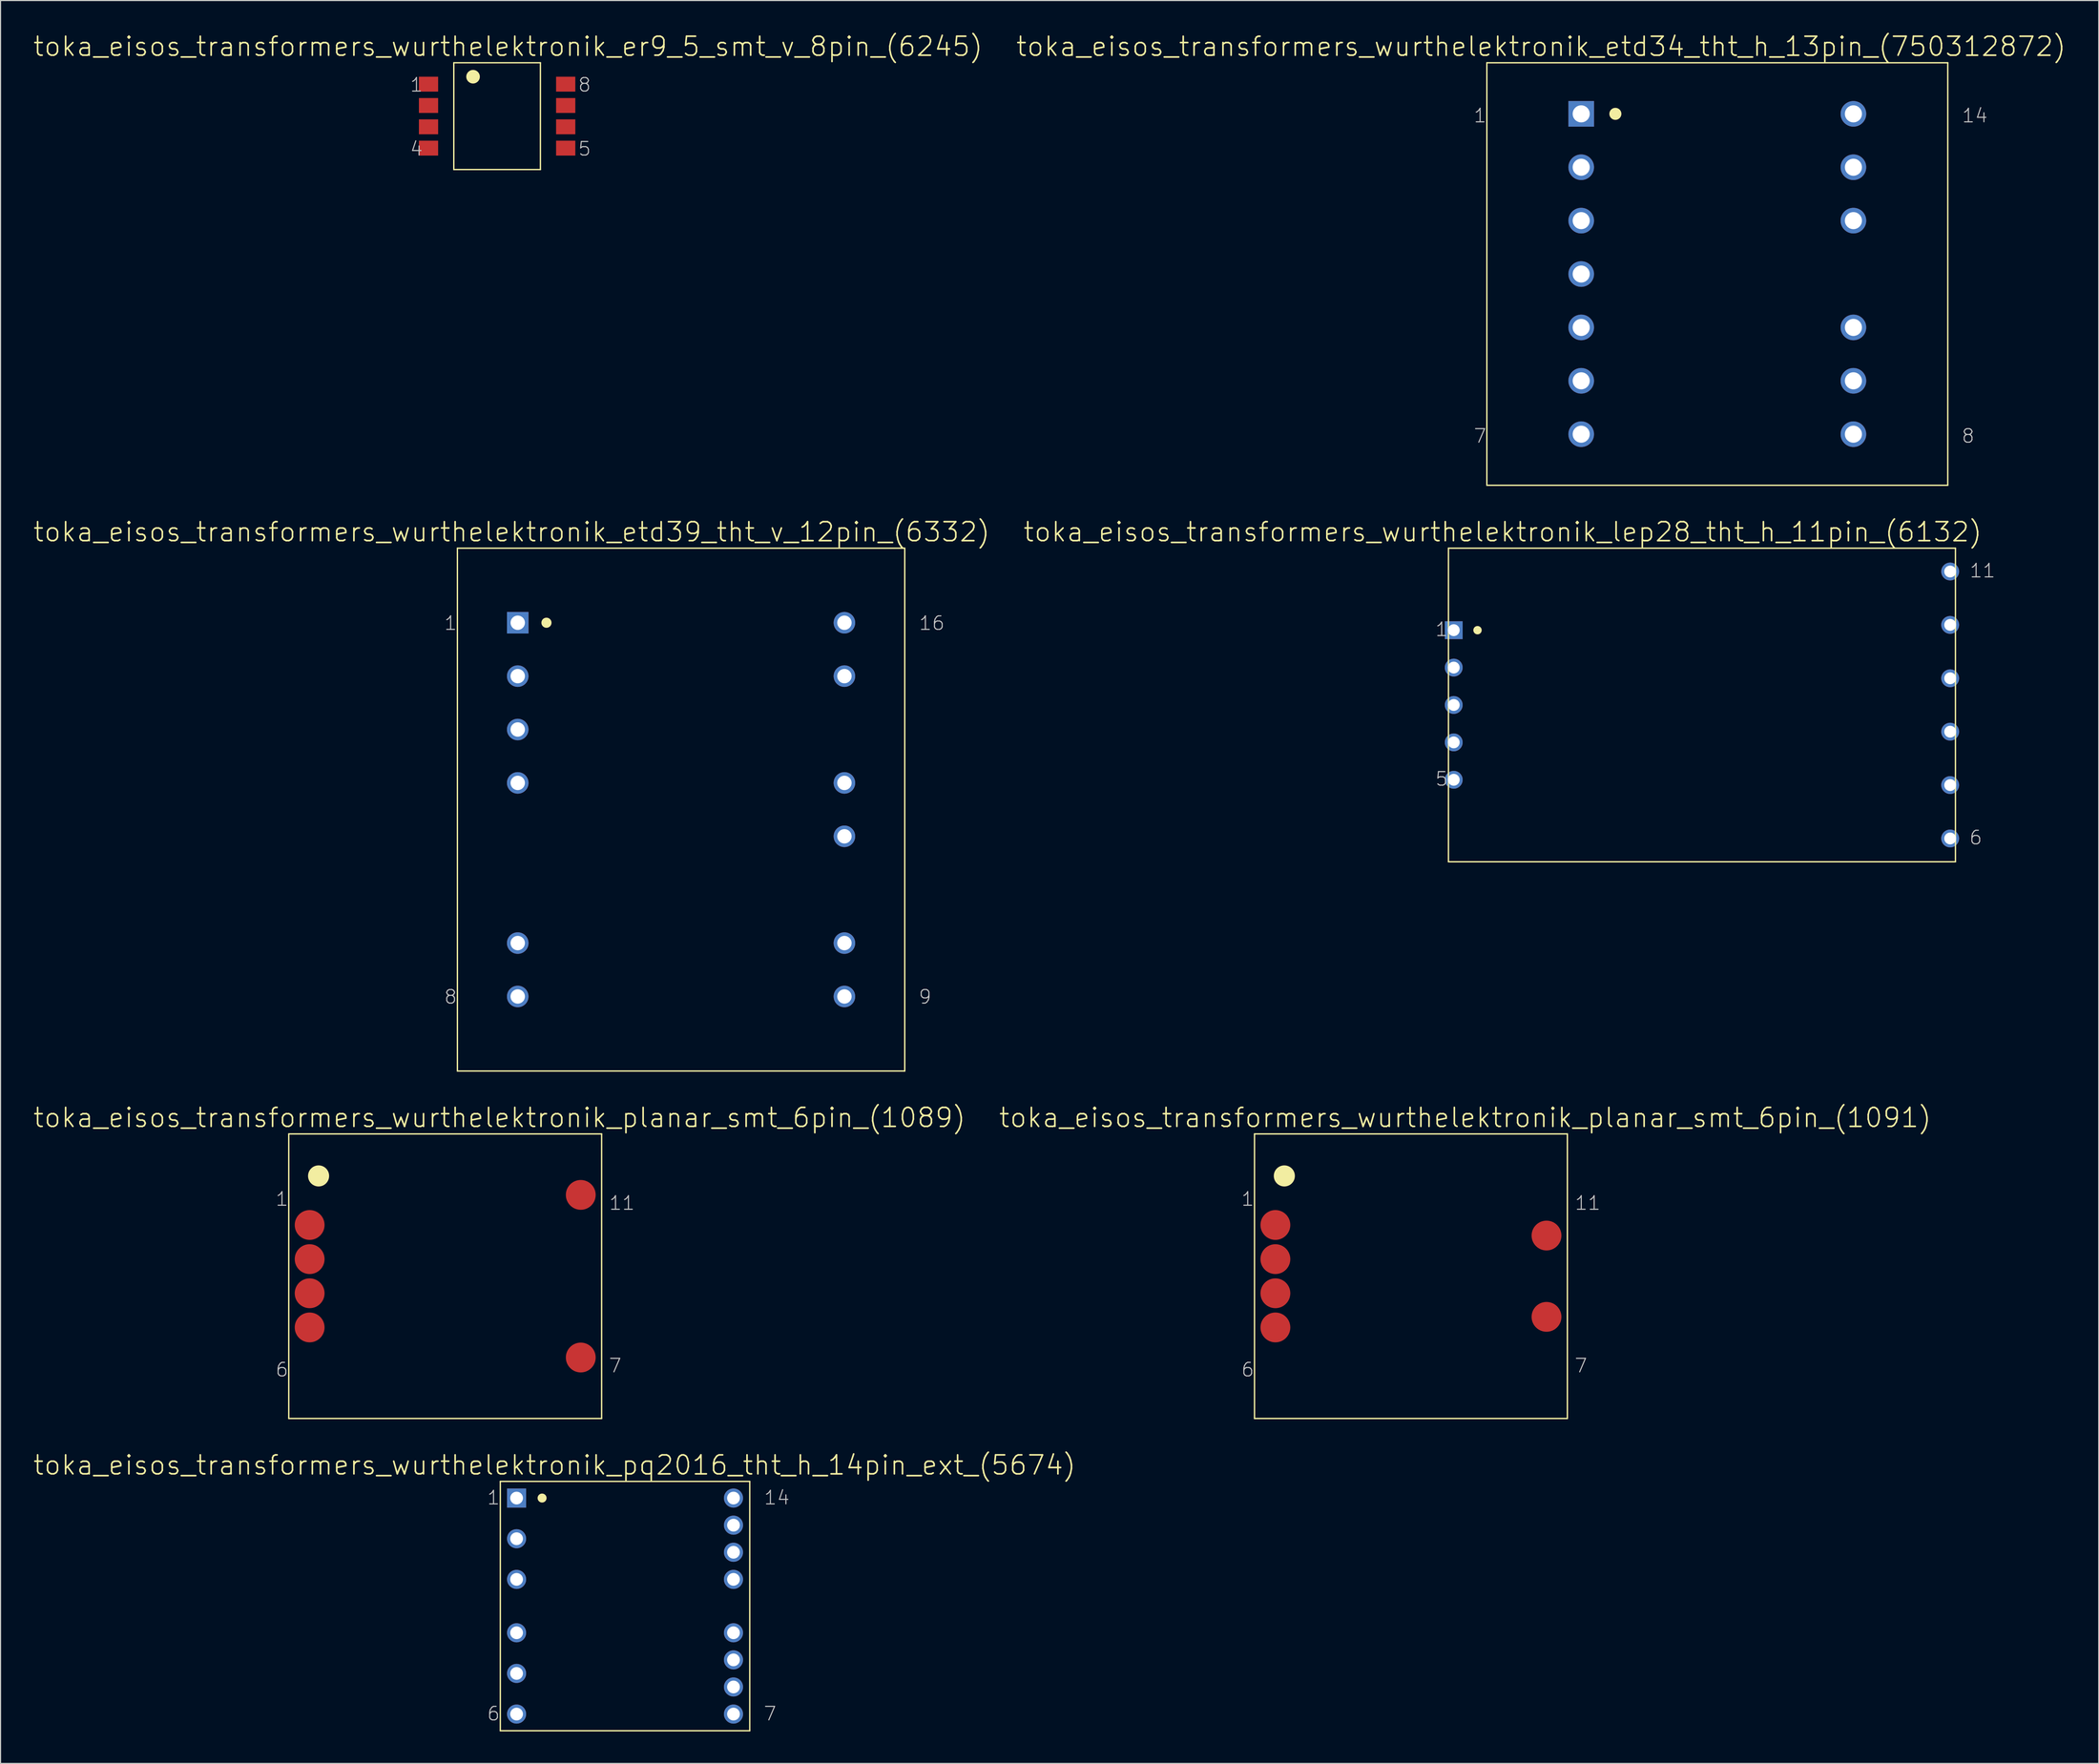
<source format=kicad_pcb>
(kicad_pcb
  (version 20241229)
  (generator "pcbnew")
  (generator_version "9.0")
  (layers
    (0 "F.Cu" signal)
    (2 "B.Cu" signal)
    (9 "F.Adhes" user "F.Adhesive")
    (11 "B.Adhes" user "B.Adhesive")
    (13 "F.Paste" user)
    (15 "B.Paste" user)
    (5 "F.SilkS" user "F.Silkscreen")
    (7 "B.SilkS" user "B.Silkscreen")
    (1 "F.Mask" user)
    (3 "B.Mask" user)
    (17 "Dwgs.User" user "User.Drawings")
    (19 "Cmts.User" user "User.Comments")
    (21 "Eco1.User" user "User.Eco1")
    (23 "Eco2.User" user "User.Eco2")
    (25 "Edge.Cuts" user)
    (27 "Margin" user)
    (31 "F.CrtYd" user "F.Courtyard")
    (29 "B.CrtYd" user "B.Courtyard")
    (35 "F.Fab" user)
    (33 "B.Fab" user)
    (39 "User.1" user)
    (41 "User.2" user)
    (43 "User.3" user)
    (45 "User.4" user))
  (footprint "toka_eisos_transformers_wurthelektronik_planar_smt_6pin_(1089)"
    (layer "F.Cu")
    (at 38.659 116.552)
    (property "Reference" "toka_eisos_transformers_wurthelektronik_planar_smt_6pin_(1089)" (at 5.08 -14.859 0) (layer "F.SilkS") (effects (font (size 1.778 1.778) (thickness 0.152))))
    (attr smd)
    (fp_line (start -14.656 -13.335) (end -14.656 13.335) (stroke (width 0.127) (type solid)) (layer "F.SilkS"))
    (fp_line (start -14.656 -13.335) (end 14.656 -13.335) (stroke (width 0.127) (type solid)) (layer "F.SilkS"))
    (fp_line (start -14.656 13.335) (end 14.656 13.335) (stroke (width 0.127) (type solid)) (layer "F.SilkS"))
    (fp_line (start 14.656 -13.335) (end 14.656 13.335) (stroke (width 0.127) (type solid)) (layer "F.SilkS"))
    (fp_circle (center -11.862 -9.398) (end -12.56 -10.097) (stroke (width 0) (type solid)) (fill yes) (layer "F.SilkS"))
    (fp_text user "6" (at -15.291 8.76 0) (layer "Dwgs.User") (effects (font (size 1.27 1.27) (thickness 0.102))))
    (fp_text user "7" (at 15.926 8.382 0) (layer "Dwgs.User") (effects (font (size 1.27 1.27) (thickness 0.102))))
    (fp_text user "11" (at 16.561 -6.858 0) (layer "Dwgs.User") (effects (font (size 1.27 1.27) (thickness 0.102))))
    (fp_text user "1" (at -15.291 -7.236 0) (layer "Dwgs.User") (effects (font (size 1.27 1.27) (thickness 0.102))))
    (pad "2" smd circle (at -12.7 -4.801) (size 2.794 2.794) (layers "F.Cu" "F.Mask" "F.Paste"))
    (pad "3" smd circle (at -12.7 -1.6) (size 2.794 2.794) (layers "F.Cu" "F.Mask" "F.Paste"))
    (pad "4" smd circle (at -12.7 1.6) (size 2.794 2.794) (layers "F.Cu" "F.Mask" "F.Paste"))
    (pad "5" smd circle (at -12.7 4.801) (size 2.794 2.794) (layers "F.Cu" "F.Mask" "F.Paste"))
    (pad "7" smd circle (at 12.7 7.62) (size 2.794 2.794) (layers "F.Cu" "F.Mask" "F.Paste"))
    (pad "11" smd circle (at 12.7 -7.62) (size 2.794 2.794) (layers "F.Cu" "F.Mask" "F.Paste")))
  (footprint "toka_eisos_transformers_wurthelektronik_pq2016_tht_h_14pin_ext_(5674)"
    (layer "F.Cu")
    (at 55.507 147.466)
    (property "Reference" "toka_eisos_transformers_wurthelektronik_pq2016_tht_h_14pin_ext_(5674)" (at -6.604 -13.208 0) (layer "F.SilkS") (effects (font (size 1.778 1.778) (thickness 0.152))))
    (attr exclude_from_pos_files exclude_from_bom)
    (fp_line (start -11.684 -11.684) (end -11.684 11.684) (stroke (width 0.127) (type solid)) (layer "F.SilkS"))
    (fp_line (start -11.684 -11.684) (end 11.684 -11.684) (stroke (width 0.127) (type solid)) (layer "F.SilkS"))
    (fp_line (start -11.684 11.684) (end 11.684 11.684) (stroke (width 0.127) (type solid)) (layer "F.SilkS"))
    (fp_line (start 11.684 -11.684) (end 11.684 11.684) (stroke (width 0.127) (type solid)) (layer "F.SilkS"))
    (fp_circle (center -7.772 -10.122) (end -8.07 -10.419) (stroke (width 0) (type solid)) (fill yes) (layer "F.SilkS"))
    (fp_text user "14" (at 14.224 -10.16 0) (layer "Dwgs.User") (effects (font (size 1.27 1.27) (thickness 0.102))))
    (fp_text user "7" (at 13.589 10.084 0) (layer "Dwgs.User") (effects (font (size 1.27 1.27) (thickness 0.102))))
    (fp_text user "6" (at -12.319 10.084 0) (layer "Dwgs.User") (effects (font (size 1.27 1.27) (thickness 0.102))))
    (fp_text user "1" (at -12.319 -10.16 0) (layer "Dwgs.User") (effects (font (size 1.27 1.27) (thickness 0.102))))
    (pad "1" thru_hole rect (at -10.16 -10.122) (size 1.788 1.788) (drill 1.194) (layers "*.Cu" "*.Paste" "*.Mask"))
    (pad "2" thru_hole circle (at -10.16 -6.312) (size 1.788 1.788) (drill 1.194) (layers "*.Cu" "*.Paste" "*.Mask"))
    (pad "3" thru_hole circle (at -10.16 -2.502) (size 1.788 1.788) (drill 1.194) (layers "*.Cu" "*.Paste" "*.Mask"))
    (pad "4" thru_hole circle (at -10.16 2.502) (size 1.788 1.788) (drill 1.194) (layers "*.Cu" "*.Paste" "*.Mask"))
    (pad "5" thru_hole circle (at -10.16 6.312) (size 1.788 1.788) (drill 1.194) (layers "*.Cu" "*.Paste" "*.Mask"))
    (pad "6" thru_hole circle (at -10.16 10.122) (size 1.788 1.788) (drill 1.194) (layers "*.Cu" "*.Paste" "*.Mask"))
    (pad "7" thru_hole circle (at 10.16 10.122) (size 1.788 1.788) (drill 1.194) (layers "*.Cu" "*.Paste" "*.Mask"))
    (pad "8" thru_hole circle (at 10.16 7.582) (size 1.788 1.788) (drill 1.194) (layers "*.Cu" "*.Paste" "*.Mask"))
    (pad "9" thru_hole circle (at 10.16 5.042) (size 1.788 1.788) (drill 1.194) (layers "*.Cu" "*.Paste" "*.Mask"))
    (pad "10" thru_hole circle (at 10.16 2.502) (size 1.788 1.788) (drill 1.194) (layers "*.Cu" "*.Paste" "*.Mask"))
    (pad "11" thru_hole circle (at 10.16 -2.502) (size 1.788 1.788) (drill 1.194) (layers "*.Cu" "*.Paste" "*.Mask"))
    (pad "12" thru_hole circle (at 10.16 -5.042) (size 1.788 1.788) (drill 1.194) (layers "*.Cu" "*.Paste" "*.Mask"))
    (pad "13" thru_hole circle (at 10.16 -7.582) (size 1.788 1.788) (drill 1.194) (layers "*.Cu" "*.Paste" "*.Mask"))
    (pad "14" thru_hole circle (at 10.16 -10.122) (size 1.788 1.788) (drill 1.194) (layers "*.Cu" "*.Paste" "*.Mask")))
  (footprint "toka_eisos_transformers_wurthelektronik_planar_smt_6pin_(1091)"
    (layer "F.Cu")
    (at 129.136 116.552)
    (property "Reference" "toka_eisos_transformers_wurthelektronik_planar_smt_6pin_(1091)" (at 5.08 -14.859 0) (layer "F.SilkS") (effects (font (size 1.778 1.778) (thickness 0.152))))
    (attr smd)
    (fp_line (start -14.656 -13.335) (end -14.656 13.335) (stroke (width 0.127) (type solid)) (layer "F.SilkS"))
    (fp_line (start -14.656 -13.335) (end 14.656 -13.335) (stroke (width 0.127) (type solid)) (layer "F.SilkS"))
    (fp_line (start -14.656 13.335) (end 14.656 13.335) (stroke (width 0.127) (type solid)) (layer "F.SilkS"))
    (fp_line (start 14.656 -13.335) (end 14.656 13.335) (stroke (width 0.127) (type solid)) (layer "F.SilkS"))
    (fp_circle (center -11.862 -9.398) (end -12.56 -10.097) (stroke (width 0) (type solid)) (fill yes) (layer "F.SilkS"))
    (fp_text user "7" (at 15.926 8.382 0) (layer "Dwgs.User") (effects (font (size 1.27 1.27) (thickness 0.102))))
    (fp_text user "11" (at 16.561 -6.858 0) (layer "Dwgs.User") (effects (font (size 1.27 1.27) (thickness 0.102))))
    (fp_text user "1" (at -15.291 -7.236 0) (layer "Dwgs.User") (effects (font (size 1.27 1.27) (thickness 0.102))))
    (fp_text user "6" (at -15.291 8.76 0) (layer "Dwgs.User") (effects (font (size 1.27 1.27) (thickness 0.102))))
    (pad "2" smd circle (at -12.7 -4.801) (size 2.794 2.794) (layers "F.Cu" "F.Mask" "F.Paste"))
    (pad "3" smd circle (at -12.7 -1.6) (size 2.794 2.794) (layers "F.Cu" "F.Mask" "F.Paste"))
    (pad "4" smd circle (at -12.7 1.6) (size 2.794 2.794) (layers "F.Cu" "F.Mask" "F.Paste"))
    (pad "5" smd circle (at -12.7 4.801) (size 2.794 2.794) (layers "F.Cu" "F.Mask" "F.Paste"))
    (pad "8" smd circle (at 12.7 3.81) (size 2.794 2.794) (layers "F.Cu" "F.Mask" "F.Paste"))
    (pad "10" smd circle (at 12.7 -3.81) (size 2.794 2.794) (layers "F.Cu" "F.Mask" "F.Paste")))
  (footprint "toka_eisos_transformers_wurthelektronik_etd39_tht_v_12pin_(6332)"
    (layer "F.Cu")
    (at 60.757 72.824)
    (property "Reference" "toka_eisos_transformers_wurthelektronik_etd39_tht_v_12pin_(6332)" (at -15.875 -26.022 0) (layer "F.SilkS") (effects (font (size 1.778 1.778) (thickness 0.152))))
    (attr exclude_from_pos_files exclude_from_bom)
    (fp_line (start -20.955 -24.498) (end -20.955 24.498) (stroke (width 0.127) (type solid)) (layer "F.SilkS"))
    (fp_line (start -20.955 -24.498) (end 20.955 -24.498) (stroke (width 0.127) (type solid)) (layer "F.SilkS"))
    (fp_line (start -20.955 24.498) (end 20.955 24.498) (stroke (width 0.127) (type solid)) (layer "F.SilkS"))
    (fp_line (start 20.955 -24.498) (end 20.955 24.498) (stroke (width 0.127) (type solid)) (layer "F.SilkS"))
    (fp_circle (center -12.611 -17.513) (end -12.946 -17.849) (stroke (width 0) (type solid)) (fill yes) (layer "F.SilkS"))
    (fp_text user "16" (at 23.495 -17.473 0) (layer "Dwgs.User") (effects (font (size 1.27 1.27) (thickness 0.102))))
    (fp_text user "9" (at 22.86 17.549 0) (layer "Dwgs.User") (effects (font (size 1.27 1.27) (thickness 0.102))))
    (fp_text user "1" (at -21.59 -17.473 0) (layer "Dwgs.User") (effects (font (size 1.27 1.27) (thickness 0.102))))
    (fp_text user "8" (at -21.59 17.549 0) (layer "Dwgs.User") (effects (font (size 1.27 1.27) (thickness 0.102))))
    (pad "1" thru_hole rect (at -15.303 -17.513) (size 2.019 2.019) (drill 1.346) (layers "*.Cu" "*.Paste" "*.Mask"))
    (pad "2" thru_hole circle (at -15.303 -12.509) (size 2.019 2.019) (drill 1.346) (layers "*.Cu" "*.Paste" "*.Mask"))
    (pad "3" thru_hole circle (at -15.303 -7.506) (size 2.019 2.019) (drill 1.346) (layers "*.Cu" "*.Paste" "*.Mask"))
    (pad "4" thru_hole circle (at -15.303 -2.502) (size 2.019 2.019) (drill 1.346) (layers "*.Cu" "*.Paste" "*.Mask"))
    (pad "7" thru_hole circle (at -15.303 12.509) (size 2.019 2.019) (drill 1.346) (layers "*.Cu" "*.Paste" "*.Mask"))
    (pad "8" thru_hole circle (at -15.303 17.513) (size 2.019 2.019) (drill 1.346) (layers "*.Cu" "*.Paste" "*.Mask"))
    (pad "9" thru_hole circle (at 15.303 17.513) (size 2.019 2.019) (drill 1.346) (layers "*.Cu" "*.Paste" "*.Mask"))
    (pad "10" thru_hole circle (at 15.303 12.509) (size 2.019 2.019) (drill 1.346) (layers "*.Cu" "*.Paste" "*.Mask"))
    (pad "12" thru_hole circle (at 15.303 2.502) (size 2.019 2.019) (drill 1.346) (layers "*.Cu" "*.Paste" "*.Mask"))
    (pad "13" thru_hole circle (at 15.303 -2.502) (size 2.019 2.019) (drill 1.346) (layers "*.Cu" "*.Paste" "*.Mask"))
    (pad "15" thru_hole circle (at 15.303 -12.509) (size 2.019 2.019) (drill 1.346) (layers "*.Cu" "*.Paste" "*.Mask"))
    (pad "16" thru_hole circle (at 15.303 -17.513) (size 2.019 2.019) (drill 1.346) (layers "*.Cu" "*.Paste" "*.Mask")))
  (footprint "toka_eisos_transformers_wurthelektronik_lep28_tht_h_11pin_(6132)"
    (layer "F.Cu")
    (at 156.399 63.019)
    (property "Reference" "toka_eisos_transformers_wurthelektronik_lep28_tht_h_11pin_(6132)" (at -18.669 -16.218 0) (layer "F.SilkS") (effects (font (size 1.778 1.778) (thickness 0.152))))
    (attr exclude_from_pos_files exclude_from_bom)
    (fp_line (start -23.749 -14.694) (end -23.749 14.694) (stroke (width 0.127) (type solid)) (layer "F.SilkS"))
    (fp_line (start -23.749 -14.694) (end 23.749 -14.694) (stroke (width 0.127) (type solid)) (layer "F.SilkS"))
    (fp_line (start -23.749 14.694) (end 23.749 14.694) (stroke (width 0.127) (type solid)) (layer "F.SilkS"))
    (fp_line (start 23.749 -14.694) (end 23.749 14.694) (stroke (width 0.127) (type solid)) (layer "F.SilkS"))
    (fp_circle (center -21.026 -7.01) (end -21.303 -7.287) (stroke (width 0) (type solid)) (fill yes) (layer "F.SilkS"))
    (fp_text user "6" (at 25.654 12.428 0) (layer "Dwgs.User") (effects (font (size 1.27 1.27) (thickness 0.102))))
    (fp_text user "5" (at -24.384 6.929 0) (layer "Dwgs.User") (effects (font (size 1.27 1.27) (thickness 0.102))))
    (fp_text user "11" (at 26.289 -12.588 0) (layer "Dwgs.User") (effects (font (size 1.27 1.27) (thickness 0.102))))
    (fp_text user "1" (at -24.384 -7.089 0) (layer "Dwgs.User") (effects (font (size 1.27 1.27) (thickness 0.102))))
    (pad "1" thru_hole rect (at -23.254 -7.01) (size 1.669 1.669) (drill 1.11) (layers "*.Cu" "*.Paste" "*.Mask"))
    (pad "2" thru_hole circle (at -23.254 -3.505) (size 1.669 1.669) (drill 1.11) (layers "*.Cu" "*.Paste" "*.Mask"))
    (pad "3" thru_hole circle (at -23.254 0) (size 1.669 1.669) (drill 1.11) (layers "*.Cu" "*.Paste" "*.Mask"))
    (pad "4" thru_hole circle (at -23.254 3.505) (size 1.669 1.669) (drill 1.11) (layers "*.Cu" "*.Paste" "*.Mask"))
    (pad "5" thru_hole circle (at -23.254 7.01) (size 1.669 1.669) (drill 1.11) (layers "*.Cu" "*.Paste" "*.Mask"))
    (pad "6" thru_hole circle (at 23.254 12.509) (size 1.669 1.669) (drill 1.11) (layers "*.Cu" "*.Paste" "*.Mask"))
    (pad "7" thru_hole circle (at 23.254 7.506) (size 1.669 1.669) (drill 1.11) (layers "*.Cu" "*.Paste" "*.Mask"))
    (pad "8" thru_hole circle (at 23.254 2.502) (size 1.669 1.669) (drill 1.11) (layers "*.Cu" "*.Paste" "*.Mask"))
    (pad "9" thru_hole circle (at 23.254 -2.502) (size 1.669 1.669) (drill 1.11) (layers "*.Cu" "*.Paste" "*.Mask"))
    (pad "10" thru_hole circle (at 23.254 -7.506) (size 1.669 1.669) (drill 1.11) (layers "*.Cu" "*.Paste" "*.Mask"))
    (pad "11" thru_hole circle (at 23.254 -12.509) (size 1.669 1.669) (drill 1.11) (layers "*.Cu" "*.Paste" "*.Mask")))
  (footprint "toka_eisos_transformers_wurthelektronik_er9_5_smt_v_8pin_(6245)"
    (layer "F.Cu")
    (at 43.522 7.835)
    (property "Reference" "toka_eisos_transformers_wurthelektronik_er9_5_smt_v_8pin_(6245)" (at 1.021 -6.528 0) (layer "F.SilkS") (effects (font (size 1.778 1.778) (thickness 0.152))))
    (attr smd)
    (fp_line (start -4.056 -5.004) (end -4.056 5.004) (stroke (width 0.127) (type solid)) (layer "F.SilkS"))
    (fp_line (start -4.056 -5.004) (end 4.056 -5.004) (stroke (width 0.127) (type solid)) (layer "F.SilkS"))
    (fp_line (start -4.056 5.004) (end 4.056 5.004) (stroke (width 0.127) (type solid)) (layer "F.SilkS"))
    (fp_line (start 4.056 -5.004) (end 4.056 5.004) (stroke (width 0.127) (type solid)) (layer "F.SilkS"))
    (fp_circle (center -2.253 -3.696) (end -2.703 -4.145) (stroke (width 0) (type solid)) (fill yes) (layer "F.SilkS"))
    (fp_text user "8" (at 8.191 -2.934 0) (layer "Dwgs.User") (effects (font (size 1.27 1.27) (thickness 0.102))))
    (fp_text user "5" (at 8.191 3.061 0) (layer "Dwgs.User") (effects (font (size 1.27 1.27) (thickness 0.102))))
    (fp_text user "1" (at -7.556 -2.934 0) (layer "Dwgs.User") (effects (font (size 1.27 1.27) (thickness 0.102))))
    (fp_text user "4" (at -7.556 3.061 0) (layer "Dwgs.User") (effects (font (size 1.27 1.27) (thickness 0.102))))
    (pad "1" smd rect (at -6.426 -2.997) (size 1.801 1.397) (layers "F.Cu" "F.Mask" "F.Paste"))
    (pad "2" smd rect (at -6.426 -0.998) (size 1.801 1.397) (layers "F.Cu" "F.Mask" "F.Paste"))
    (pad "3" smd rect (at -6.426 0.998) (size 1.801 1.397) (layers "F.Cu" "F.Mask" "F.Paste"))
    (pad "4" smd rect (at -6.426 2.997) (size 1.801 1.397) (layers "F.Cu" "F.Mask" "F.Paste"))
    (pad "5" smd rect (at 6.426 2.997) (size 1.801 1.397) (layers "F.Cu" "F.Mask" "F.Paste"))
    (pad "6" smd rect (at 6.426 0.998) (size 1.801 1.397) (layers "F.Cu" "F.Mask" "F.Paste"))
    (pad "7" smd rect (at 6.426 -0.998) (size 1.801 1.397) (layers "F.Cu" "F.Mask" "F.Paste"))
    (pad "8" smd rect (at 6.426 -2.997) (size 1.801 1.397) (layers "F.Cu" "F.Mask" "F.Paste")))
  (footprint "toka_eisos_transformers_wurthelektronik_etd34_tht_h_13pin_(750312872)"
    (layer "F.Cu")
    (at 157.838 22.631)
    (property "Reference" "toka_eisos_transformers_wurthelektronik_etd34_tht_h_13pin_(750312872)" (at -16.51 -21.323 0) (layer "F.SilkS") (effects (font (size 1.778 1.778) (thickness 0.152))))
    (attr exclude_from_pos_files exclude_from_bom)
    (fp_line (start -21.59 -19.799) (end -21.59 19.799) (stroke (width 0.127) (type solid)) (layer "F.SilkS"))
    (fp_line (start -21.59 -19.799) (end 21.59 -19.799) (stroke (width 0.127) (type solid)) (layer "F.SilkS"))
    (fp_line (start -21.59 19.799) (end 21.59 19.799) (stroke (width 0.127) (type solid)) (layer "F.SilkS"))
    (fp_line (start 21.59 -19.799) (end 21.59 19.799) (stroke (width 0.127) (type solid)) (layer "F.SilkS"))
    (fp_circle (center -9.55 -15.011) (end -9.949 -15.41) (stroke (width 0) (type solid)) (fill yes) (layer "F.SilkS"))
    (fp_text user "8" (at 23.495 15.177 0) (layer "Dwgs.User") (effects (font (size 1.27 1.27) (thickness 0.102))))
    (fp_text user "7" (at -22.225 15.177 0) (layer "Dwgs.User") (effects (font (size 1.27 1.27) (thickness 0.102))))
    (fp_text user "14" (at 24.13 -14.846 0) (layer "Dwgs.User") (effects (font (size 1.27 1.27) (thickness 0.102))))
    (fp_text user "1" (at -22.225 -14.846 0) (layer "Dwgs.User") (effects (font (size 1.27 1.27) (thickness 0.102))))
    (pad "1" thru_hole rect (at -12.751 -15.011) (size 2.4 2.4) (drill 1.6) (layers "*.Cu" "*.Paste" "*.Mask"))
    (pad "2" thru_hole circle (at -12.751 -10.008) (size 2.4 2.4) (drill 1.6) (layers "*.Cu" "*.Paste" "*.Mask"))
    (pad "3" thru_hole circle (at -12.751 -5.004) (size 2.4 2.4) (drill 1.6) (layers "*.Cu" "*.Paste" "*.Mask"))
    (pad "4" thru_hole circle (at -12.751 0) (size 2.4 2.4) (drill 1.6) (layers "*.Cu" "*.Paste" "*.Mask"))
    (pad "5" thru_hole circle (at -12.751 5.004) (size 2.4 2.4) (drill 1.6) (layers "*.Cu" "*.Paste" "*.Mask"))
    (pad "6" thru_hole circle (at -12.751 10.008) (size 2.4 2.4) (drill 1.6) (layers "*.Cu" "*.Paste" "*.Mask"))
    (pad "7" thru_hole circle (at -12.751 15.011) (size 2.4 2.4) (drill 1.6) (layers "*.Cu" "*.Paste" "*.Mask"))
    (pad "8" thru_hole circle (at 12.751 15.011) (size 2.4 2.4) (drill 1.6) (layers "*.Cu" "*.Paste" "*.Mask"))
    (pad "9" thru_hole circle (at 12.751 10.008) (size 2.4 2.4) (drill 1.6) (layers "*.Cu" "*.Paste" "*.Mask"))
    (pad "10" thru_hole circle (at 12.751 5.004) (size 2.4 2.4) (drill 1.6) (layers "*.Cu" "*.Paste" "*.Mask"))
    (pad "12" thru_hole circle (at 12.751 -5.004) (size 2.4 2.4) (drill 1.6) (layers "*.Cu" "*.Paste" "*.Mask"))
    (pad "13" thru_hole circle (at 12.751 -10.008) (size 2.4 2.4) (drill 1.6) (layers "*.Cu" "*.Paste" "*.Mask"))
    (pad "14" thru_hole circle (at 12.751 -15.011) (size 2.4 2.4) (drill 1.6) (layers "*.Cu" "*.Paste" "*.Mask")))
  (gr_rect
    (start -3 -3)
    (end 193.571 162.214)
    (stroke (width 0.1) (type default))
    (fill no)
    (layer "Edge.Cuts")))
</source>
